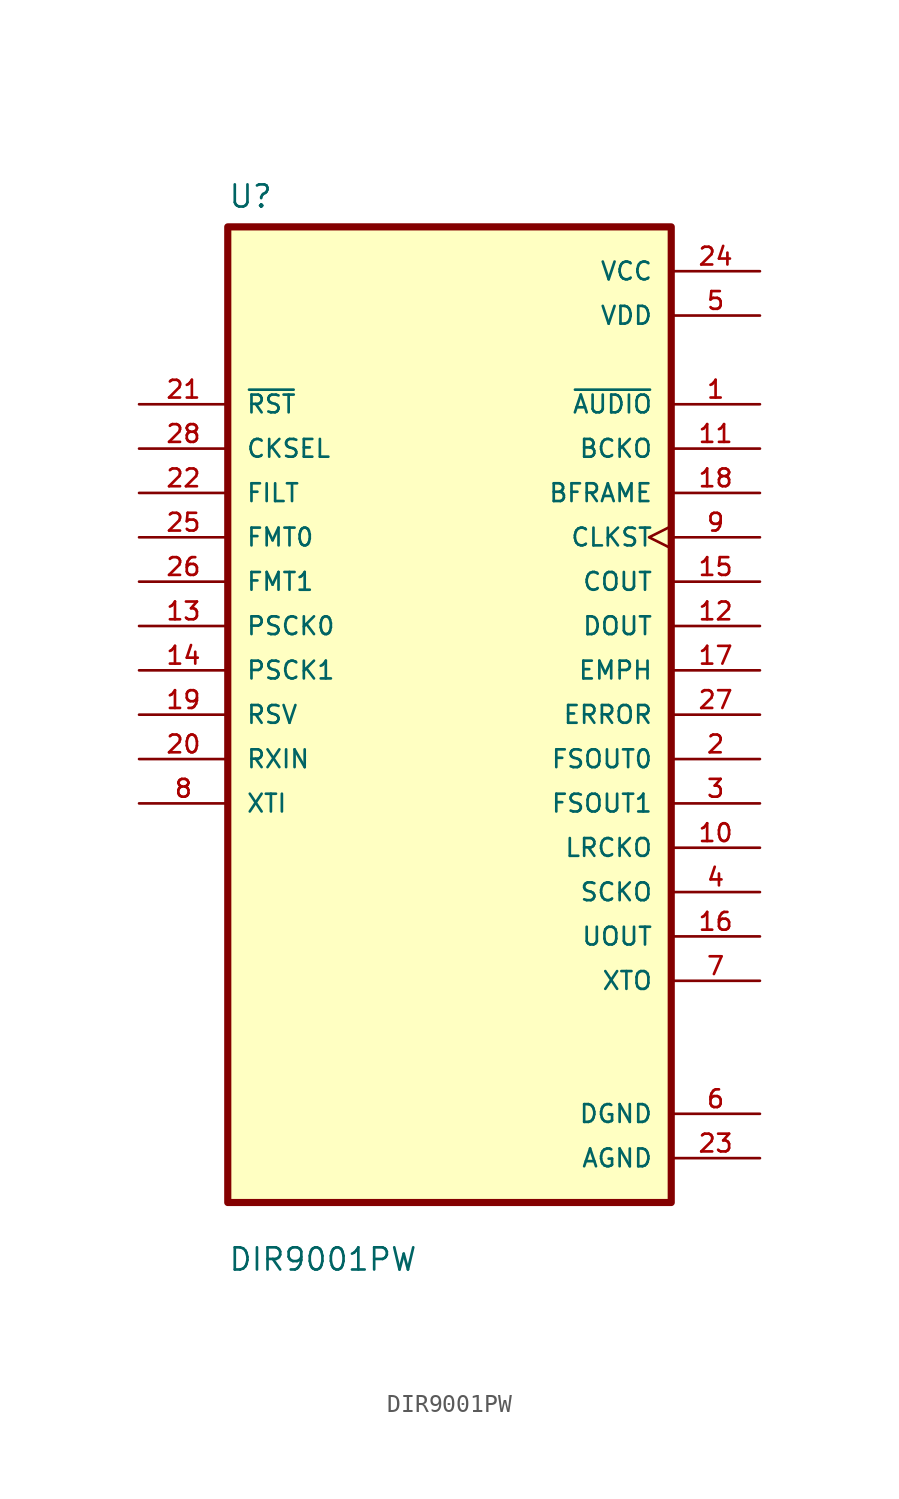
<source format=kicad_sym>
(kicad_symbol_lib
  (version 20211014)
  (generator kicad_symbol_editor)
  (symbol "DIR9001PW"
    (pin_names
      (offset 1.016))
    (property "Reference" "U"
      (at -12.7 28.94 0.0)
      (effects (font (size 1.27 1.27)) (justify bottom left)))
    (property "Value" "DIR9001PW"
      (at -12.7 -31.94 0.0)
      (effects (font (size 1.27 1.27)) (justify bottom left)))
    (symbol "DIR9001PW_0_0"
      (rectangle (start -12.7 -27.94) (end 12.7 27.94) (stroke (width 0.41)) (fill (type background)))
      (pin input line (at -17.78 17.78 0) (length 5.08) (name "~{RST}" (effects (font (size 1.016 1.016)))) (number "21" (effects (font (size 1.016 1.016)))))
      (pin input line (at -17.78 15.24 0) (length 5.08) (name "CKSEL" (effects (font (size 1.016 1.016)))) (number "28" (effects (font (size 1.016 1.016)))))
      (pin input line (at -17.78 12.7 0) (length 5.08) (name "FILT" (effects (font (size 1.016 1.016)))) (number "22" (effects (font (size 1.016 1.016)))))
      (pin input line (at -17.78 10.16 0) (length 5.08) (name "FMT0" (effects (font (size 1.016 1.016)))) (number "25" (effects (font (size 1.016 1.016)))))
      (pin input line (at -17.78 7.62 0) (length 5.08) (name "FMT1" (effects (font (size 1.016 1.016)))) (number "26" (effects (font (size 1.016 1.016)))))
      (pin input line (at -17.78 5.08 0) (length 5.08) (name "PSCK0" (effects (font (size 1.016 1.016)))) (number "13" (effects (font (size 1.016 1.016)))))
      (pin input line (at -17.78 2.54 0) (length 5.08) (name "PSCK1" (effects (font (size 1.016 1.016)))) (number "14" (effects (font (size 1.016 1.016)))))
      (pin input line (at -17.78 3.55271e-15 0) (length 5.08) (name "RSV" (effects (font (size 1.016 1.016)))) (number "19" (effects (font (size 1.016 1.016)))))
      (pin input line (at -17.78 -2.54 0) (length 5.08) (name "RXIN" (effects (font (size 1.016 1.016)))) (number "20" (effects (font (size 1.016 1.016)))))
      (pin input line (at -17.78 -5.08 0) (length 5.08) (name "XTI" (effects (font (size 1.016 1.016)))) (number "8" (effects (font (size 1.016 1.016)))))
      (pin power_in line (at 17.78 25.4 180.0) (length 5.08) (name "VCC" (effects (font (size 1.016 1.016)))) (number "24" (effects (font (size 1.016 1.016)))))
      (pin power_in line (at 17.78 22.86 180.0) (length 5.08) (name "VDD" (effects (font (size 1.016 1.016)))) (number "5" (effects (font (size 1.016 1.016)))))
      (pin output line (at 17.78 17.78 180.0) (length 5.08) (name "~{AUDIO}" (effects (font (size 1.016 1.016)))) (number "1" (effects (font (size 1.016 1.016)))))
      (pin output line (at 17.78 15.24 180.0) (length 5.08) (name "BCKO" (effects (font (size 1.016 1.016)))) (number "11" (effects (font (size 1.016 1.016)))))
      (pin output line (at 17.78 12.7 180.0) (length 5.08) (name "BFRAME" (effects (font (size 1.016 1.016)))) (number "18" (effects (font (size 1.016 1.016)))))
      (pin output clock (at 17.78 10.16 180.0) (length 5.08) (name "CLKST" (effects (font (size 1.016 1.016)))) (number "9" (effects (font (size 1.016 1.016)))))
      (pin output line (at 17.78 7.62 180.0) (length 5.08) (name "COUT" (effects (font (size 1.016 1.016)))) (number "15" (effects (font (size 1.016 1.016)))))
      (pin output line (at 17.78 5.08 180.0) (length 5.08) (name "DOUT" (effects (font (size 1.016 1.016)))) (number "12" (effects (font (size 1.016 1.016)))))
      (pin output line (at 17.78 2.54 180.0) (length 5.08) (name "EMPH" (effects (font (size 1.016 1.016)))) (number "17" (effects (font (size 1.016 1.016)))))
      (pin output line (at 17.78 3.55271e-15 180.0) (length 5.08) (name "ERROR" (effects (font (size 1.016 1.016)))) (number "27" (effects (font (size 1.016 1.016)))))
      (pin output line (at 17.78 -2.54 180.0) (length 5.08) (name "FSOUT0" (effects (font (size 1.016 1.016)))) (number "2" (effects (font (size 1.016 1.016)))))
      (pin output line (at 17.78 -5.08 180.0) (length 5.08) (name "FSOUT1" (effects (font (size 1.016 1.016)))) (number "3" (effects (font (size 1.016 1.016)))))
      (pin output line (at 17.78 -7.62 180.0) (length 5.08) (name "LRCKO" (effects (font (size 1.016 1.016)))) (number "10" (effects (font (size 1.016 1.016)))))
      (pin output line (at 17.78 -10.16 180.0) (length 5.08) (name "SCKO" (effects (font (size 1.016 1.016)))) (number "4" (effects (font (size 1.016 1.016)))))
      (pin output line (at 17.78 -12.7 180.0) (length 5.08) (name "UOUT" (effects (font (size 1.016 1.016)))) (number "16" (effects (font (size 1.016 1.016)))))
      (pin output line (at 17.78 -15.24 180.0) (length 5.08) (name "XTO" (effects (font (size 1.016 1.016)))) (number "7" (effects (font (size 1.016 1.016)))))
      (pin power_in line (at 17.78 -22.86 180.0) (length 5.08) (name "DGND" (effects (font (size 1.016 1.016)))) (number "6" (effects (font (size 1.016 1.016)))))
      (pin power_in line (at 17.78 -25.4 180.0) (length 5.08) (name "AGND" (effects (font (size 1.016 1.016)))) (number "23" (effects (font (size 1.016 1.016))))))))
</source>
